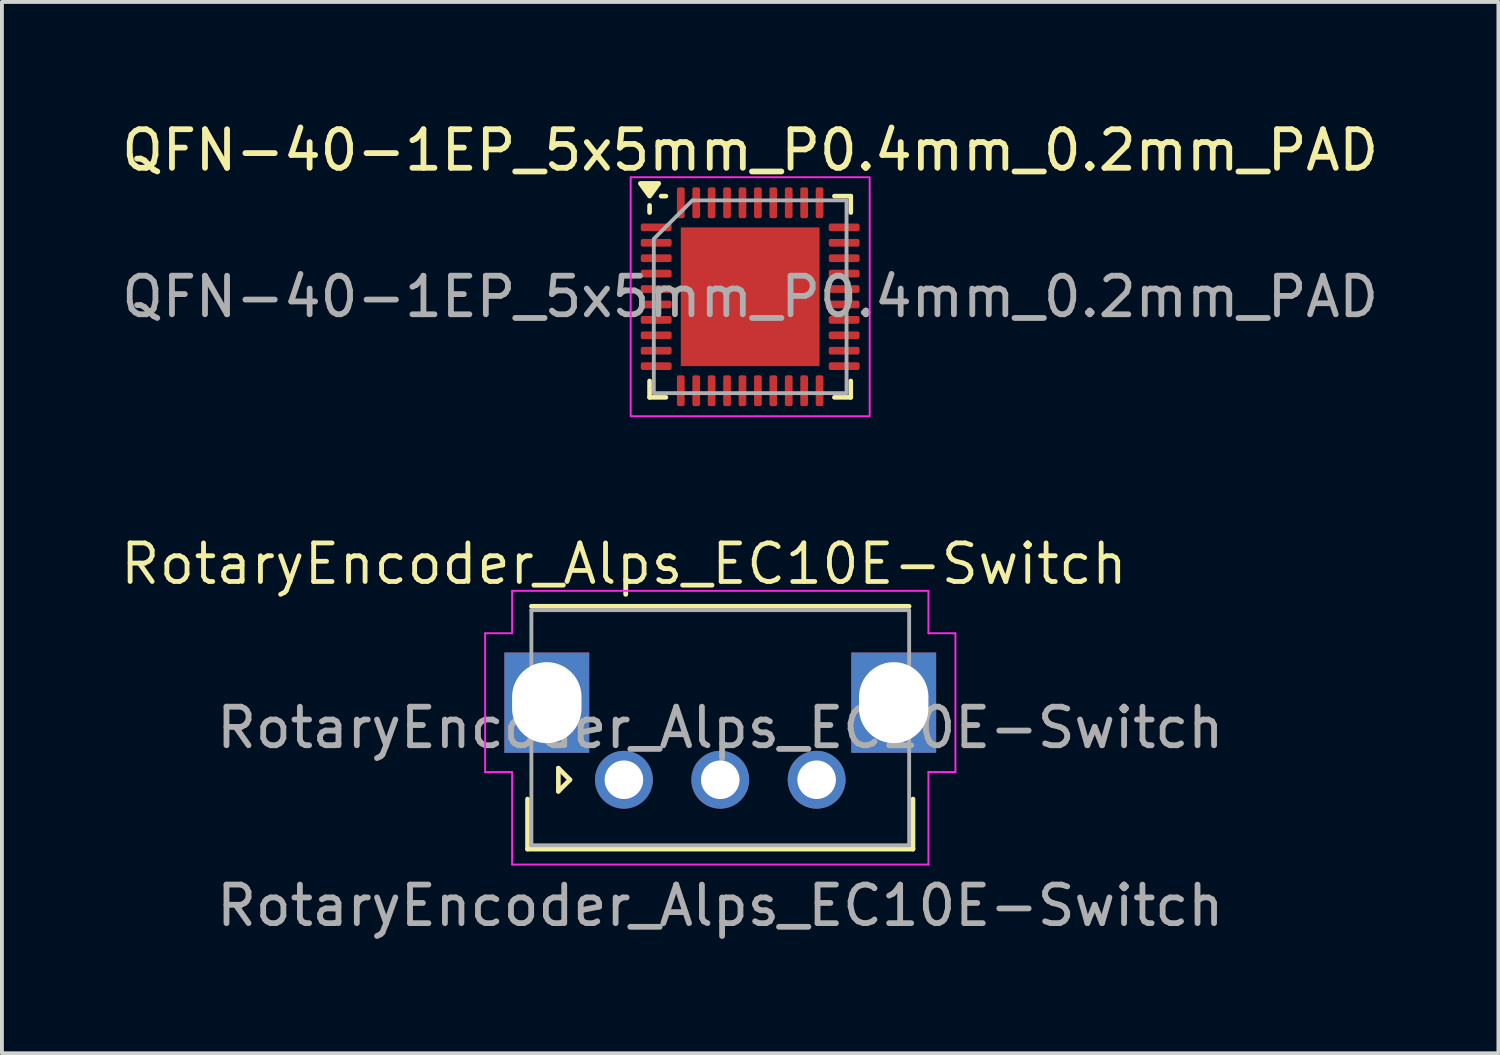
<source format=kicad_pcb>
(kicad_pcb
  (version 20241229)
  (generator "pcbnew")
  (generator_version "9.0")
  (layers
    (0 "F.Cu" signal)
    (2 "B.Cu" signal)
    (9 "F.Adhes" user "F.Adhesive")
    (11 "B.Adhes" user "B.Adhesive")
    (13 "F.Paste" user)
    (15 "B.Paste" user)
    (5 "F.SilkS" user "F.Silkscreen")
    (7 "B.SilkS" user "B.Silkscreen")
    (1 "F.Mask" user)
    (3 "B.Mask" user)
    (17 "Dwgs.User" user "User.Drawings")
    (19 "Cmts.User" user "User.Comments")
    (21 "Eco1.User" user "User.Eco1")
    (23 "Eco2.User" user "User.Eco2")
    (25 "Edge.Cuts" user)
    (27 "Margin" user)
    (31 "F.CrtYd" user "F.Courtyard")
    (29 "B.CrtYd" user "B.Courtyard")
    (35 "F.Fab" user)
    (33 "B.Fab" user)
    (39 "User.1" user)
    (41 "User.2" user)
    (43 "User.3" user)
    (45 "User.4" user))
  (footprint "RotaryEncoder_Alps_EC10E-Switch"
    (layer "F.Cu")
    (at 13.135 17.178)
    (property "Reference" "RotaryEncoder_Alps_EC10E-Switch" (at 0 -5.6 0) (layer "F.SilkS") (effects (font (size 1 1) (thickness 0.125))))
    (attr through_hole)
    (fp_line (start -2.5 1.8) (end -2.5 0.5) (stroke (width 0.12) (type solid)) (layer "F.SilkS"))
    (fp_line (start -2.4 -4.5) (end 7.4 -4.5) (stroke (width 0.12) (type solid)) (layer "F.SilkS"))
    (fp_line (start -1.7 -0.3) (end -1.4 0) (stroke (width 0.12) (type solid)) (layer "F.SilkS"))
    (fp_line (start -1.7 0.3) (end -1.7 -0.3) (stroke (width 0.12) (type solid)) (layer "F.SilkS"))
    (fp_line (start -1.4 0) (end -1.7 0.3) (stroke (width 0.12) (type solid)) (layer "F.SilkS"))
    (fp_line (start 7.5 0.5) (end 7.5 1.8) (stroke (width 0.12) (type solid)) (layer "F.SilkS"))
    (fp_line (start 7.5 1.8) (end -2.5 1.8) (stroke (width 0.12) (type solid)) (layer "F.SilkS"))
    (fp_line (start -3.6 -3.8) (end -2.9 -3.8) (stroke (width 0.05) (type default)) (layer "F.CrtYd"))
    (fp_line (start -3.6 -0.2) (end -3.6 -3.8) (stroke (width 0.05) (type default)) (layer "F.CrtYd"))
    (fp_line (start -3.6 -0.2) (end -2.9 -0.2) (stroke (width 0.05) (type default)) (layer "F.CrtYd"))
    (fp_line (start -2.9 -4.9) (end 7.9 -4.9) (stroke (width 0.05) (type solid)) (layer "F.CrtYd"))
    (fp_line (start -2.9 -3.8) (end -2.9 -4.9) (stroke (width 0.05) (type default)) (layer "F.CrtYd"))
    (fp_line (start -2.9 -0.2) (end -2.9 2.2) (stroke (width 0.05) (type default)) (layer "F.CrtYd"))
    (fp_line (start 7.9 -3.8) (end 7.9 -4.9) (stroke (width 0.05) (type default)) (layer "F.CrtYd"))
    (fp_line (start 7.9 -3.8) (end 8.6 -3.8) (stroke (width 0.05) (type default)) (layer "F.CrtYd"))
    (fp_line (start 7.9 -0.2) (end 7.9 2.2) (stroke (width 0.05) (type default)) (layer "F.CrtYd"))
    (fp_line (start 7.9 -0.2) (end 8.6 -0.2) (stroke (width 0.05) (type default)) (layer "F.CrtYd"))
    (fp_line (start 7.9 2.2) (end -2.9 2.2) (stroke (width 0.05) (type default)) (layer "F.CrtYd"))
    (fp_line (start 8.6 -0.2) (end 8.6 -3.8) (stroke (width 0.05) (type default)) (layer "F.CrtYd"))
    (fp_line (start -2.4 -4.4) (end -2.4 1.7) (stroke (width 0.1) (type solid)) (layer "F.Fab"))
    (fp_line (start -2.4 1.7) (end 7.4 1.7) (stroke (width 0.1) (type solid)) (layer "F.Fab"))
    (fp_line (start 7.4 -4.4) (end -2.4 -4.4) (stroke (width 0.1) (type solid)) (layer "F.Fab"))
    (fp_line (start 7.4 1.7) (end 7.4 -4.4) (stroke (width 0.1) (type solid)) (layer "F.Fab"))
    (fp_text user "${REFERENCE}" (at 2.5 -1.35 0) (layer "F.Fab") (effects (font (size 1 1) (thickness 0.15))))
    (fp_text user "RotaryEncoder_Alps_EC10E-Switch" (at 2.5 3.85 0) (unlocked yes) (layer "F.Fab") (effects (font (size 1 1) (thickness 0.15)) (justify bottom)))
    (pad "A" thru_hole circle (at 0 0) (size 1.5 1.5) (drill 1) (layers "*.Cu" "*.Mask"))
    (pad "B" thru_hole circle (at 2.5 0) (size 1.5 1.5) (drill 1) (layers "*.Cu" "*.Mask"))
    (pad "C" thru_hole circle (at 5 0) (size 1.5 1.5) (drill 1) (layers "*.Cu" "*.Mask"))
    (pad "MP" thru_hole rect (at -2 -2) (size 2.2 2.6) (drill oval 1.8 2.1) (layers "*.Cu" "*.Mask"))
    (pad "MP" thru_hole rect (at 7 -2) (size 2.2 2.6) (drill oval 1.8 2.1) (layers "*.Cu" "*.Mask")))
  (footprint "QFN-40-1EP_5x5mm_P0.4mm_0.2mm_PAD"
    (layer "F.Cu")
    (at 16.411 4.648)
    (property "Reference" "QFN-40-1EP_5x5mm_P0.4mm_0.2mm_PAD" (at 0 -3.8 0) (layer "F.SilkS") (effects (font (size 1 1) (thickness 0.15))))
    (attr smd)
    (fp_line (start -2.61 -2.185) (end -2.61 -2.37) (stroke (width 0.12) (type solid)) (layer "F.SilkS"))
    (fp_line (start -2.61 2.61) (end -2.61 2.185) (stroke (width 0.12) (type solid)) (layer "F.SilkS"))
    (fp_line (start -2.185 -2.61) (end -2.31 -2.61) (stroke (width 0.12) (type solid)) (layer "F.SilkS"))
    (fp_line (start -2.185 2.61) (end -2.61 2.61) (stroke (width 0.12) (type solid)) (layer "F.SilkS"))
    (fp_line (start 2.185 -2.61) (end 2.61 -2.61) (stroke (width 0.12) (type solid)) (layer "F.SilkS"))
    (fp_line (start 2.185 2.61) (end 2.61 2.61) (stroke (width 0.12) (type solid)) (layer "F.SilkS"))
    (fp_line (start 2.61 -2.61) (end 2.61 -2.185) (stroke (width 0.12) (type solid)) (layer "F.SilkS"))
    (fp_line (start 2.61 2.61) (end 2.61 2.185) (stroke (width 0.12) (type solid)) (layer "F.SilkS"))
    (fp_poly (pts (xy -2.61 -2.61) (xy -2.85 -2.94) (xy -2.37 -2.94)) (stroke (width 0.12) (type solid)) (fill yes) (layer "F.SilkS"))
    (fp_rect (start -3.1 -3.1) (end 3.1 3.1) (stroke (width 0.05) (type solid)) (fill no) (layer "F.CrtYd"))
    (fp_poly (pts (xy -2.5 -1.5) (xy -2.5 2.5) (xy 2.5 2.5) (xy 2.5 -2.5) (xy -1.5 -2.5)) (stroke (width 0.1) (type solid)) (fill no) (layer "F.Fab"))
    (fp_text user "${REFERENCE}" (at 0 0 0) (layer "F.Fab") (effects (font (size 1 1) (thickness 0.15))))
    (pad "" smd roundrect (at -1.2 -1.2) (size 0.97 0.97) (layers "F.Paste") (roundrect_rratio 0.25))
    (pad "" smd roundrect (at -1.2 0) (size 0.97 0.97) (layers "F.Paste") (roundrect_rratio 0.25))
    (pad "" smd roundrect (at -1.2 1.2) (size 0.97 0.97) (layers "F.Paste") (roundrect_rratio 0.25))
    (pad "" smd roundrect (at 0 -1.2) (size 0.97 0.97) (layers "F.Paste") (roundrect_rratio 0.25))
    (pad "" smd roundrect (at 0 0) (size 0.97 0.97) (layers "F.Paste") (roundrect_rratio 0.25))
    (pad "" smd roundrect (at 0 1.2) (size 0.97 0.97) (layers "F.Paste") (roundrect_rratio 0.25))
    (pad "" smd roundrect (at 1.2 -1.2) (size 0.97 0.97) (layers "F.Paste") (roundrect_rratio 0.25))
    (pad "" smd roundrect (at 1.2 0) (size 0.97 0.97) (layers "F.Paste") (roundrect_rratio 0.25))
    (pad "" smd roundrect (at 1.2 1.2) (size 0.97 0.97) (layers "F.Paste") (roundrect_rratio 0.25))
    (pad "1" smd roundrect (at -2.438 -1.8) (size 0.8 0.2) (layers "F.Cu" "F.Mask" "F.Paste") (roundrect_rratio 0.25))
    (pad "2" smd roundrect (at -2.438 -1.4) (size 0.8 0.2) (layers "F.Cu" "F.Mask" "F.Paste") (roundrect_rratio 0.25))
    (pad "3" smd roundrect (at -2.438 -1) (size 0.8 0.2) (layers "F.Cu" "F.Mask" "F.Paste") (roundrect_rratio 0.25))
    (pad "4" smd roundrect (at -2.438 -0.6) (size 0.8 0.2) (layers "F.Cu" "F.Mask" "F.Paste") (roundrect_rratio 0.25))
    (pad "5" smd roundrect (at -2.438 -0.2) (size 0.8 0.2) (layers "F.Cu" "F.Mask" "F.Paste") (roundrect_rratio 0.25))
    (pad "6" smd roundrect (at -2.438 0.2) (size 0.8 0.2) (layers "F.Cu" "F.Mask" "F.Paste") (roundrect_rratio 0.25))
    (pad "7" smd roundrect (at -2.438 0.6) (size 0.8 0.2) (layers "F.Cu" "F.Mask" "F.Paste") (roundrect_rratio 0.25))
    (pad "8" smd roundrect (at -2.438 1) (size 0.8 0.2) (layers "F.Cu" "F.Mask" "F.Paste") (roundrect_rratio 0.25))
    (pad "9" smd roundrect (at -2.438 1.4) (size 0.8 0.2) (layers "F.Cu" "F.Mask" "F.Paste") (roundrect_rratio 0.25))
    (pad "10" smd roundrect (at -2.438 1.8) (size 0.8 0.2) (layers "F.Cu" "F.Mask" "F.Paste") (roundrect_rratio 0.25))
    (pad "11" smd roundrect (at -1.8 2.438) (size 0.2 0.8) (layers "F.Cu" "F.Mask" "F.Paste") (roundrect_rratio 0.25))
    (pad "12" smd roundrect (at -1.4 2.438) (size 0.2 0.8) (layers "F.Cu" "F.Mask" "F.Paste") (roundrect_rratio 0.25))
    (pad "13" smd roundrect (at -1 2.438) (size 0.2 0.8) (layers "F.Cu" "F.Mask" "F.Paste") (roundrect_rratio 0.25))
    (pad "14" smd roundrect (at -0.6 2.438) (size 0.2 0.8) (layers "F.Cu" "F.Mask" "F.Paste") (roundrect_rratio 0.25))
    (pad "15" smd roundrect (at -0.2 2.438) (size 0.2 0.8) (layers "F.Cu" "F.Mask" "F.Paste") (roundrect_rratio 0.25))
    (pad "16" smd roundrect (at 0.2 2.438) (size 0.2 0.8) (layers "F.Cu" "F.Mask" "F.Paste") (roundrect_rratio 0.25))
    (pad "17" smd roundrect (at 0.6 2.438) (size 0.2 0.8) (layers "F.Cu" "F.Mask" "F.Paste") (roundrect_rratio 0.25))
    (pad "18" smd roundrect (at 1 2.438) (size 0.2 0.8) (layers "F.Cu" "F.Mask" "F.Paste") (roundrect_rratio 0.25))
    (pad "19" smd roundrect (at 1.4 2.438) (size 0.2 0.8) (layers "F.Cu" "F.Mask" "F.Paste") (roundrect_rratio 0.25))
    (pad "20" smd roundrect (at 1.8 2.438) (size 0.2 0.8) (layers "F.Cu" "F.Mask" "F.Paste") (roundrect_rratio 0.25))
    (pad "21" smd roundrect (at 2.438 1.8) (size 0.8 0.2) (layers "F.Cu" "F.Mask" "F.Paste") (roundrect_rratio 0.25))
    (pad "22" smd roundrect (at 2.438 1.4) (size 0.8 0.2) (layers "F.Cu" "F.Mask" "F.Paste") (roundrect_rratio 0.25))
    (pad "23" smd roundrect (at 2.438 1) (size 0.8 0.2) (layers "F.Cu" "F.Mask" "F.Paste") (roundrect_rratio 0.25))
    (pad "24" smd roundrect (at 2.438 0.6) (size 0.8 0.2) (layers "F.Cu" "F.Mask" "F.Paste") (roundrect_rratio 0.25))
    (pad "25" smd roundrect (at 2.438 0.2) (size 0.8 0.2) (layers "F.Cu" "F.Mask" "F.Paste") (roundrect_rratio 0.25))
    (pad "26" smd roundrect (at 2.438 -0.2) (size 0.8 0.2) (layers "F.Cu" "F.Mask" "F.Paste") (roundrect_rratio 0.25))
    (pad "27" smd roundrect (at 2.438 -0.6) (size 0.8 0.2) (layers "F.Cu" "F.Mask" "F.Paste") (roundrect_rratio 0.25))
    (pad "28" smd roundrect (at 2.438 -1) (size 0.8 0.2) (layers "F.Cu" "F.Mask" "F.Paste") (roundrect_rratio 0.25))
    (pad "29" smd roundrect (at 2.438 -1.4) (size 0.8 0.2) (layers "F.Cu" "F.Mask" "F.Paste") (roundrect_rratio 0.25))
    (pad "30" smd roundrect (at 2.438 -1.8) (size 0.8 0.2) (layers "F.Cu" "F.Mask" "F.Paste") (roundrect_rratio 0.25))
    (pad "31" smd roundrect (at 1.8 -2.438) (size 0.2 0.8) (layers "F.Cu" "F.Mask" "F.Paste") (roundrect_rratio 0.25))
    (pad "32" smd roundrect (at 1.4 -2.438) (size 0.2 0.8) (layers "F.Cu" "F.Mask" "F.Paste") (roundrect_rratio 0.25))
    (pad "33" smd roundrect (at 1 -2.438) (size 0.2 0.8) (layers "F.Cu" "F.Mask" "F.Paste") (roundrect_rratio 0.25))
    (pad "34" smd roundrect (at 0.6 -2.438) (size 0.2 0.8) (layers "F.Cu" "F.Mask" "F.Paste") (roundrect_rratio 0.25))
    (pad "35" smd roundrect (at 0.2 -2.438) (size 0.2 0.8) (layers "F.Cu" "F.Mask" "F.Paste") (roundrect_rratio 0.25))
    (pad "36" smd roundrect (at -0.2 -2.438) (size 0.2 0.8) (layers "F.Cu" "F.Mask" "F.Paste") (roundrect_rratio 0.25))
    (pad "37" smd roundrect (at -0.6 -2.438) (size 0.2 0.8) (layers "F.Cu" "F.Mask" "F.Paste") (roundrect_rratio 0.25))
    (pad "38" smd roundrect (at -1 -2.438) (size 0.2 0.8) (layers "F.Cu" "F.Mask" "F.Paste") (roundrect_rratio 0.25))
    (pad "39" smd roundrect (at -1.4 -2.438) (size 0.2 0.8) (layers "F.Cu" "F.Mask" "F.Paste") (roundrect_rratio 0.25))
    (pad "40" smd roundrect (at -1.8 -2.438) (size 0.2 0.8) (layers "F.Cu" "F.Mask" "F.Paste") (roundrect_rratio 0.25))
    (pad "41" smd rect (at 0 0) (size 3.6 3.6) (property pad_prop_heatsink) (layers "F.Cu" "F.Mask")))
  (gr_rect
    (start -3 -3)
    (end 35.821 24.274)
    (stroke (width 0.1) (type default))
    (fill no)
    (layer "Edge.Cuts")))
</source>
